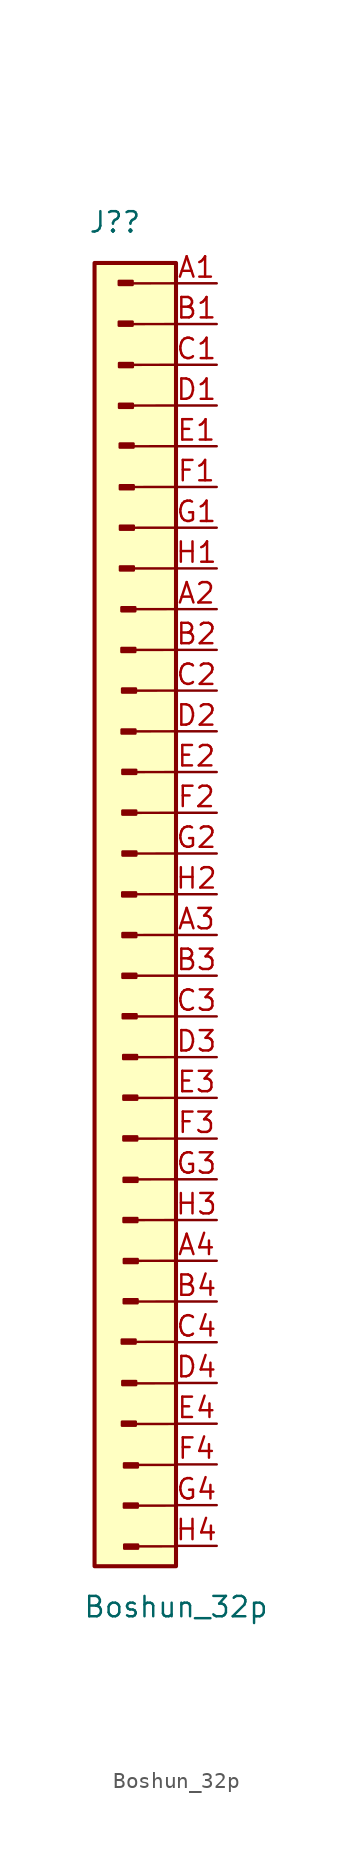
<source format=kicad_sym>
(kicad_symbol_lib
  (version 20211014)
  (generator kicad_symbol_editor)
  (symbol "Boshun_32p"
    (property "Reference" "J?"
      (at 1.27 2.54 0)
      (effects (font (size 1.27 1.27))))
    (property "Value" "Boshun_32p"
      (at 5.08 -83.82 0)
      (effects (font (size 1.27 1.27))))
    (symbol "Boshun_32p_0_1"
      (polyline (pts (xy 4.956 -67.285) (xy 2.316 -67.288)) (stroke (width 0) (type default) (color 0 0 0 0)) (fill (type none)))
      (polyline (pts (xy 4.968 -72.406) (xy 2.328 -72.409)) (stroke (width 0) (type default) (color 0 0 0 0)) (fill (type none)))
      (polyline (pts (xy 4.992 -69.873) (xy 2.352 -69.876)) (stroke (width 0) (type default) (color 0 0 0 0)) (fill (type none)))
      (polyline (pts (xy 5.08 -64.77) (xy 2.44 -64.773)) (stroke (width 0) (type default) (color 0 0 0 0)) (fill (type none)))
      (polyline (pts (xy 5.08 -62.23) (xy 2.44 -62.233)) (stroke (width 0) (type default) (color 0 0 0 0)) (fill (type none)))
      (polyline (pts (xy 5.08 -59.69) (xy 2.44 -59.693)) (stroke (width 0) (type default) (color 0 0 0 0)) (fill (type none)))
      (polyline (pts (xy 5.08 -57.15) (xy 2.44 -57.153)) (stroke (width 0) (type default) (color 0 0 0 0)) (fill (type none)))
      (polyline (pts (xy 5.08 -54.61) (xy 2.44 -54.613)) (stroke (width 0) (type default) (color 0 0 0 0)) (fill (type none)))
      (polyline (pts (xy 5.08 -52.07) (xy 2.44 -52.073)) (stroke (width 0) (type default) (color 0 0 0 0)) (fill (type none)))
      (polyline (pts (xy 5.08 -49.53) (xy 2.44 -49.533)) (stroke (width 0) (type default) (color 0 0 0 0)) (fill (type none)))
      (polyline (pts (xy 5.08 -46.99) (xy 2.44 -46.993)) (stroke (width 0) (type default) (color 0 0 0 0)) (fill (type none)))
      (polyline (pts (xy 5.08 -44.45) (xy 2.44 -44.453)) (stroke (width 0) (type default) (color 0 0 0 0)) (fill (type none)))
      (polyline (pts (xy 5.08 -41.91) (xy 2.44 -41.913)) (stroke (width 0) (type default) (color 0 0 0 0)) (fill (type none)))
      (polyline (pts (xy 5.08 -39.37) (xy 2.44 -39.373)) (stroke (width 0) (type default) (color 0 0 0 0)) (fill (type none)))
      (polyline (pts (xy 5.08 -36.83) (xy 2.44 -36.833)) (stroke (width 0) (type default) (color 0 0 0 0)) (fill (type none)))
      (polyline (pts (xy 5.08 -34.29) (xy 2.44 -34.293)) (stroke (width 0) (type default) (color 0 0 0 0)) (fill (type none)))
      (polyline (pts (xy 5.08 -31.75) (xy 2.44 -31.753)) (stroke (width 0) (type default) (color 0 0 0 0)) (fill (type none)))
      (polyline (pts (xy 5.08 -29.21) (xy 2.44 -29.213)) (stroke (width 0) (type default) (color 0 0 0 0)) (fill (type none)))
      (polyline (pts (xy 5.08 -26.67) (xy 2.44 -26.673)) (stroke (width 0) (type default) (color 0 0 0 0)) (fill (type none)))
      (polyline (pts (xy 5.08 -24.13) (xy 2.44 -24.133)) (stroke (width 0) (type default) (color 0 0 0 0)) (fill (type none)))
      (polyline (pts (xy 5.08 -21.59) (xy 2.44 -21.593)) (stroke (width 0) (type default) (color 0 0 0 0)) (fill (type none)))
      (polyline (pts (xy 5.08 -19.05) (xy 2.44 -19.053)) (stroke (width 0) (type default) (color 0 0 0 0)) (fill (type none)))
      (polyline (pts (xy 5.08 -16.51) (xy 2.44 -16.513)) (stroke (width 0) (type default) (color 0 0 0 0)) (fill (type none)))
      (polyline (pts (xy 5.08 -13.97) (xy 2.44 -13.973)) (stroke (width 0) (type default) (color 0 0 0 0)) (fill (type none)))
      (polyline (pts (xy 5.08 -11.43) (xy 2.44 -11.433)) (stroke (width 0) (type default) (color 0 0 0 0)) (fill (type none)))
      (polyline (pts (xy 5.08 -8.89) (xy 2.44 -8.893)) (stroke (width 0) (type default) (color 0 0 0 0)) (fill (type none)))
      (polyline (pts (xy 5.08 -6.35) (xy 2.44 -6.353)) (stroke (width 0) (type default) (color 0 0 0 0)) (fill (type none)))
      (polyline (pts (xy 5.08 -3.81) (xy 2.44 -3.813)) (stroke (width 0) (type default) (color 0 0 0 0)) (fill (type none)))
      (polyline (pts (xy 5.08 -1.27) (xy 2.44 -1.273)) (stroke (width 0) (type default) (color 0 0 0 0)) (fill (type none)))
      (polyline (pts (xy 5.104 -80.039) (xy 2.464 -80.042)) (stroke (width 0) (type default) (color 0 0 0 0)) (fill (type none)))
      (polyline (pts (xy 5.104 -77.499) (xy 2.464 -77.502)) (stroke (width 0) (type default) (color 0 0 0 0)) (fill (type none)))
      (polyline (pts (xy 5.104 -74.959) (xy 2.464 -74.962)) (stroke (width 0) (type default) (color 0 0 0 0)) (fill (type none)))
      (rectangle (start 0 0) (end 5.08 -81.28) (stroke (width 0.254) (type default) (color 0 0 0 0)) (fill (type background))))
    (symbol "Boshun_32p_1_1"
      (rectangle (start 2.374 -3.659) (end 1.511 -3.913) (stroke (width 0.152) (type default) (color 0 0 0 0)) (fill (type outline)))
      (rectangle (start 2.374 -1.119) (end 1.511 -1.373) (stroke (width 0.152) (type default) (color 0 0 0 0)) (fill (type outline)))
      (rectangle (start 2.389 -8.783) (end 1.526 -9.037) (stroke (width 0.152) (type default) (color 0 0 0 0)) (fill (type outline)))
      (rectangle (start 2.389 -6.242) (end 1.526 -6.497) (stroke (width 0.152) (type default) (color 0 0 0 0)) (fill (type outline)))
      (rectangle (start 2.432 -11.261) (end 1.569 -11.515) (stroke (width 0.152) (type default) (color 0 0 0 0)) (fill (type outline)))
      (rectangle (start 2.442 -13.861) (end 1.579 -14.115) (stroke (width 0.152) (type default) (color 0 0 0 0)) (fill (type outline)))
      (rectangle (start 2.447 -18.924) (end 1.584 -19.178) (stroke (width 0.152) (type default) (color 0 0 0 0)) (fill (type outline)))
      (rectangle (start 2.447 -16.384) (end 1.584 -16.638) (stroke (width 0.152) (type default) (color 0 0 0 0)) (fill (type outline)))
      (rectangle (start 2.541 -24.01) (end 1.677 -24.264) (stroke (width 0.152) (type default) (color 0 0 0 0)) (fill (type outline)))
      (rectangle (start 2.541 -21.47) (end 1.677 -21.724) (stroke (width 0.152) (type default) (color 0 0 0 0)) (fill (type outline)))
      (rectangle (start 2.55 -29.096) (end 1.686 -29.349) (stroke (width 0.152) (type default) (color 0 0 0 0)) (fill (type outline)))
      (rectangle (start 2.559 -67.142) (end 1.696 -67.396) (stroke (width 0.152) (type default) (color 0 0 0 0)) (fill (type outline)))
      (rectangle (start 2.571 -72.263) (end 1.708 -72.517) (stroke (width 0.152) (type default) (color 0 0 0 0)) (fill (type outline)))
      (rectangle (start 2.582 -26.54) (end 1.718 -26.794) (stroke (width 0.152) (type default) (color 0 0 0 0)) (fill (type outline)))
      (rectangle (start 2.589 -39.253) (end 1.725 -39.507) (stroke (width 0.152) (type default) (color 0 0 0 0)) (fill (type outline)))
      (rectangle (start 2.595 -69.73) (end 1.732 -69.984) (stroke (width 0.152) (type default) (color 0 0 0 0)) (fill (type outline)))
      (rectangle (start 2.599 -34.152) (end 1.735 -34.406) (stroke (width 0.152) (type default) (color 0 0 0 0)) (fill (type outline)))
      (rectangle (start 2.599 -31.612) (end 1.735 -31.866) (stroke (width 0.152) (type default) (color 0 0 0 0)) (fill (type outline)))
      (rectangle (start 2.604 -44.331) (end 1.74 -44.585) (stroke (width 0.152) (type default) (color 0 0 0 0)) (fill (type outline)))
      (rectangle (start 2.604 -41.791) (end 1.74 -42.045) (stroke (width 0.152) (type default) (color 0 0 0 0)) (fill (type outline)))
      (rectangle (start 2.607 -36.704) (end 1.743 -36.958) (stroke (width 0.152) (type default) (color 0 0 0 0)) (fill (type outline)))
      (rectangle (start 2.62 -46.852) (end 1.756 -47.106) (stroke (width 0.152) (type default) (color 0 0 0 0)) (fill (type outline)))
      (rectangle (start 2.65 -49.397) (end 1.787 -49.651) (stroke (width 0.152) (type default) (color 0 0 0 0)) (fill (type outline)))
      (rectangle (start 2.661 -54.472) (end 1.798 -54.726) (stroke (width 0.152) (type default) (color 0 0 0 0)) (fill (type outline)))
      (rectangle (start 2.661 -51.932) (end 1.798 -52.186) (stroke (width 0.152) (type default) (color 0 0 0 0)) (fill (type outline)))
      (rectangle (start 2.67 -59.562) (end 1.806 -59.816) (stroke (width 0.152) (type default) (color 0 0 0 0)) (fill (type outline)))
      (rectangle (start 2.676 -57.055) (end 1.813 -57.309) (stroke (width 0.152) (type default) (color 0 0 0 0)) (fill (type outline)))
      (rectangle (start 2.683 -64.627) (end 1.819 -64.881) (stroke (width 0.152) (type default) (color 0 0 0 0)) (fill (type outline)))
      (rectangle (start 2.69 -62.12) (end 1.826 -62.374) (stroke (width 0.152) (type default) (color 0 0 0 0)) (fill (type outline)))
      (rectangle (start 2.694 -77.371) (end 1.83 -77.624) (stroke (width 0.152) (type default) (color 0 0 0 0)) (fill (type outline)))
      (rectangle (start 2.7 -74.864) (end 1.837 -75.118) (stroke (width 0.152) (type default) (color 0 0 0 0)) (fill (type outline)))
      (rectangle (start 2.714 -79.929) (end 1.85 -80.183) (stroke (width 0.152) (type default) (color 0 0 0 0)) (fill (type outline)))
      (pin bidirectional line (at 7.62 -1.27 180) (length 2.54) (name "" (effects (font (size 1.27 1.27)))) (number "A1" (effects (font (size 1.27 1.27)))))
      (pin bidirectional line (at 7.62 -21.59 180) (length 2.54) (name "" (effects (font (size 1.27 1.27)))) (number "A2" (effects (font (size 1.27 1.27)))))
      (pin bidirectional line (at 7.62 -41.91 180) (length 2.54) (name "" (effects (font (size 1.27 1.27)))) (number "A3" (effects (font (size 1.27 1.27)))))
      (pin bidirectional line (at 7.62 -62.23 180) (length 2.54) (name "" (effects (font (size 1.27 1.27)))) (number "A4" (effects (font (size 1.27 1.27)))))
      (pin bidirectional line (at 7.62 -3.81 180) (length 2.54) (name "" (effects (font (size 1.27 1.27)))) (number "B1" (effects (font (size 1.27 1.27)))))
      (pin bidirectional line (at 7.62 -24.13 180) (length 2.54) (name "" (effects (font (size 1.27 1.27)))) (number "B2" (effects (font (size 1.27 1.27)))))
      (pin bidirectional line (at 7.62 -44.45 180) (length 2.54) (name "" (effects (font (size 1.27 1.27)))) (number "B3" (effects (font (size 1.27 1.27)))))
      (pin bidirectional line (at 7.62 -64.77 180) (length 2.54) (name "" (effects (font (size 1.27 1.27)))) (number "B4" (effects (font (size 1.27 1.27)))))
      (pin bidirectional line (at 7.62 -6.35 180) (length 2.54) (name "" (effects (font (size 1.27 1.27)))) (number "C1" (effects (font (size 1.27 1.27)))))
      (pin bidirectional line (at 7.62 -26.67 180) (length 2.54) (name "" (effects (font (size 1.27 1.27)))) (number "C2" (effects (font (size 1.27 1.27)))))
      (pin bidirectional line (at 7.62 -46.99 180) (length 2.54) (name "" (effects (font (size 1.27 1.27)))) (number "C3" (effects (font (size 1.27 1.27)))))
      (pin bidirectional line (at 7.62 -67.31 180) (length 2.54) (name "" (effects (font (size 1.27 1.27)))) (number "C4" (effects (font (size 1.27 1.27)))))
      (pin bidirectional line (at 7.62 -8.89 180) (length 2.54) (name "" (effects (font (size 1.27 1.27)))) (number "D1" (effects (font (size 1.27 1.27)))))
      (pin bidirectional line (at 7.62 -29.21 180) (length 2.54) (name "" (effects (font (size 1.27 1.27)))) (number "D2" (effects (font (size 1.27 1.27)))))
      (pin bidirectional line (at 7.62 -49.53 180) (length 2.54) (name "" (effects (font (size 1.27 1.27)))) (number "D3" (effects (font (size 1.27 1.27)))))
      (pin bidirectional line (at 7.62 -69.85 180) (length 2.54) (name "" (effects (font (size 1.27 1.27)))) (number "D4" (effects (font (size 1.27 1.27)))))
      (pin bidirectional line (at 7.62 -11.43 180) (length 2.54) (name "" (effects (font (size 1.27 1.27)))) (number "E1" (effects (font (size 1.27 1.27)))))
      (pin bidirectional line (at 7.62 -31.75 180) (length 2.54) (name "" (effects (font (size 1.27 1.27)))) (number "E2" (effects (font (size 1.27 1.27)))))
      (pin bidirectional line (at 7.62 -52.07 180) (length 2.54) (name "" (effects (font (size 1.27 1.27)))) (number "E3" (effects (font (size 1.27 1.27)))))
      (pin bidirectional line (at 7.62 -72.39 180) (length 2.54) (name "" (effects (font (size 1.27 1.27)))) (number "E4" (effects (font (size 1.27 1.27)))))
      (pin bidirectional line (at 7.62 -13.97 180) (length 2.54) (name "" (effects (font (size 1.27 1.27)))) (number "F1" (effects (font (size 1.27 1.27)))))
      (pin bidirectional line (at 7.62 -34.29 180) (length 2.54) (name "" (effects (font (size 1.27 1.27)))) (number "F2" (effects (font (size 1.27 1.27)))))
      (pin bidirectional line (at 7.62 -54.61 180) (length 2.54) (name "" (effects (font (size 1.27 1.27)))) (number "F3" (effects (font (size 1.27 1.27)))))
      (pin bidirectional line (at 7.62 -74.93 180) (length 2.54) (name "" (effects (font (size 1.27 1.27)))) (number "F4" (effects (font (size 1.27 1.27)))))
      (pin bidirectional line (at 7.62 -16.51 180) (length 2.54) (name "" (effects (font (size 1.27 1.27)))) (number "G1" (effects (font (size 1.27 1.27)))))
      (pin bidirectional line (at 7.62 -36.83 180) (length 2.54) (name "" (effects (font (size 1.27 1.27)))) (number "G2" (effects (font (size 1.27 1.27)))))
      (pin bidirectional line (at 7.62 -57.15 180) (length 2.54) (name "" (effects (font (size 1.27 1.27)))) (number "G3" (effects (font (size 1.27 1.27)))))
      (pin bidirectional line (at 7.62 -77.47 180) (length 2.54) (name "" (effects (font (size 1.27 1.27)))) (number "G4" (effects (font (size 1.27 1.27)))))
      (pin bidirectional line (at 7.62 -19.05 180) (length 2.54) (name "" (effects (font (size 1.27 1.27)))) (number "H1" (effects (font (size 1.27 1.27)))))
      (pin bidirectional line (at 7.62 -39.37 180) (length 2.54) (name "" (effects (font (size 1.27 1.27)))) (number "H2" (effects (font (size 1.27 1.27)))))
      (pin bidirectional line (at 7.62 -59.69 180) (length 2.54) (name "" (effects (font (size 1.27 1.27)))) (number "H3" (effects (font (size 1.27 1.27)))))
      (pin bidirectional line (at 7.62 -80.01 180) (length 2.54) (name "" (effects (font (size 1.27 1.27)))) (number "H4" (effects (font (size 1.27 1.27))))))))
</source>
